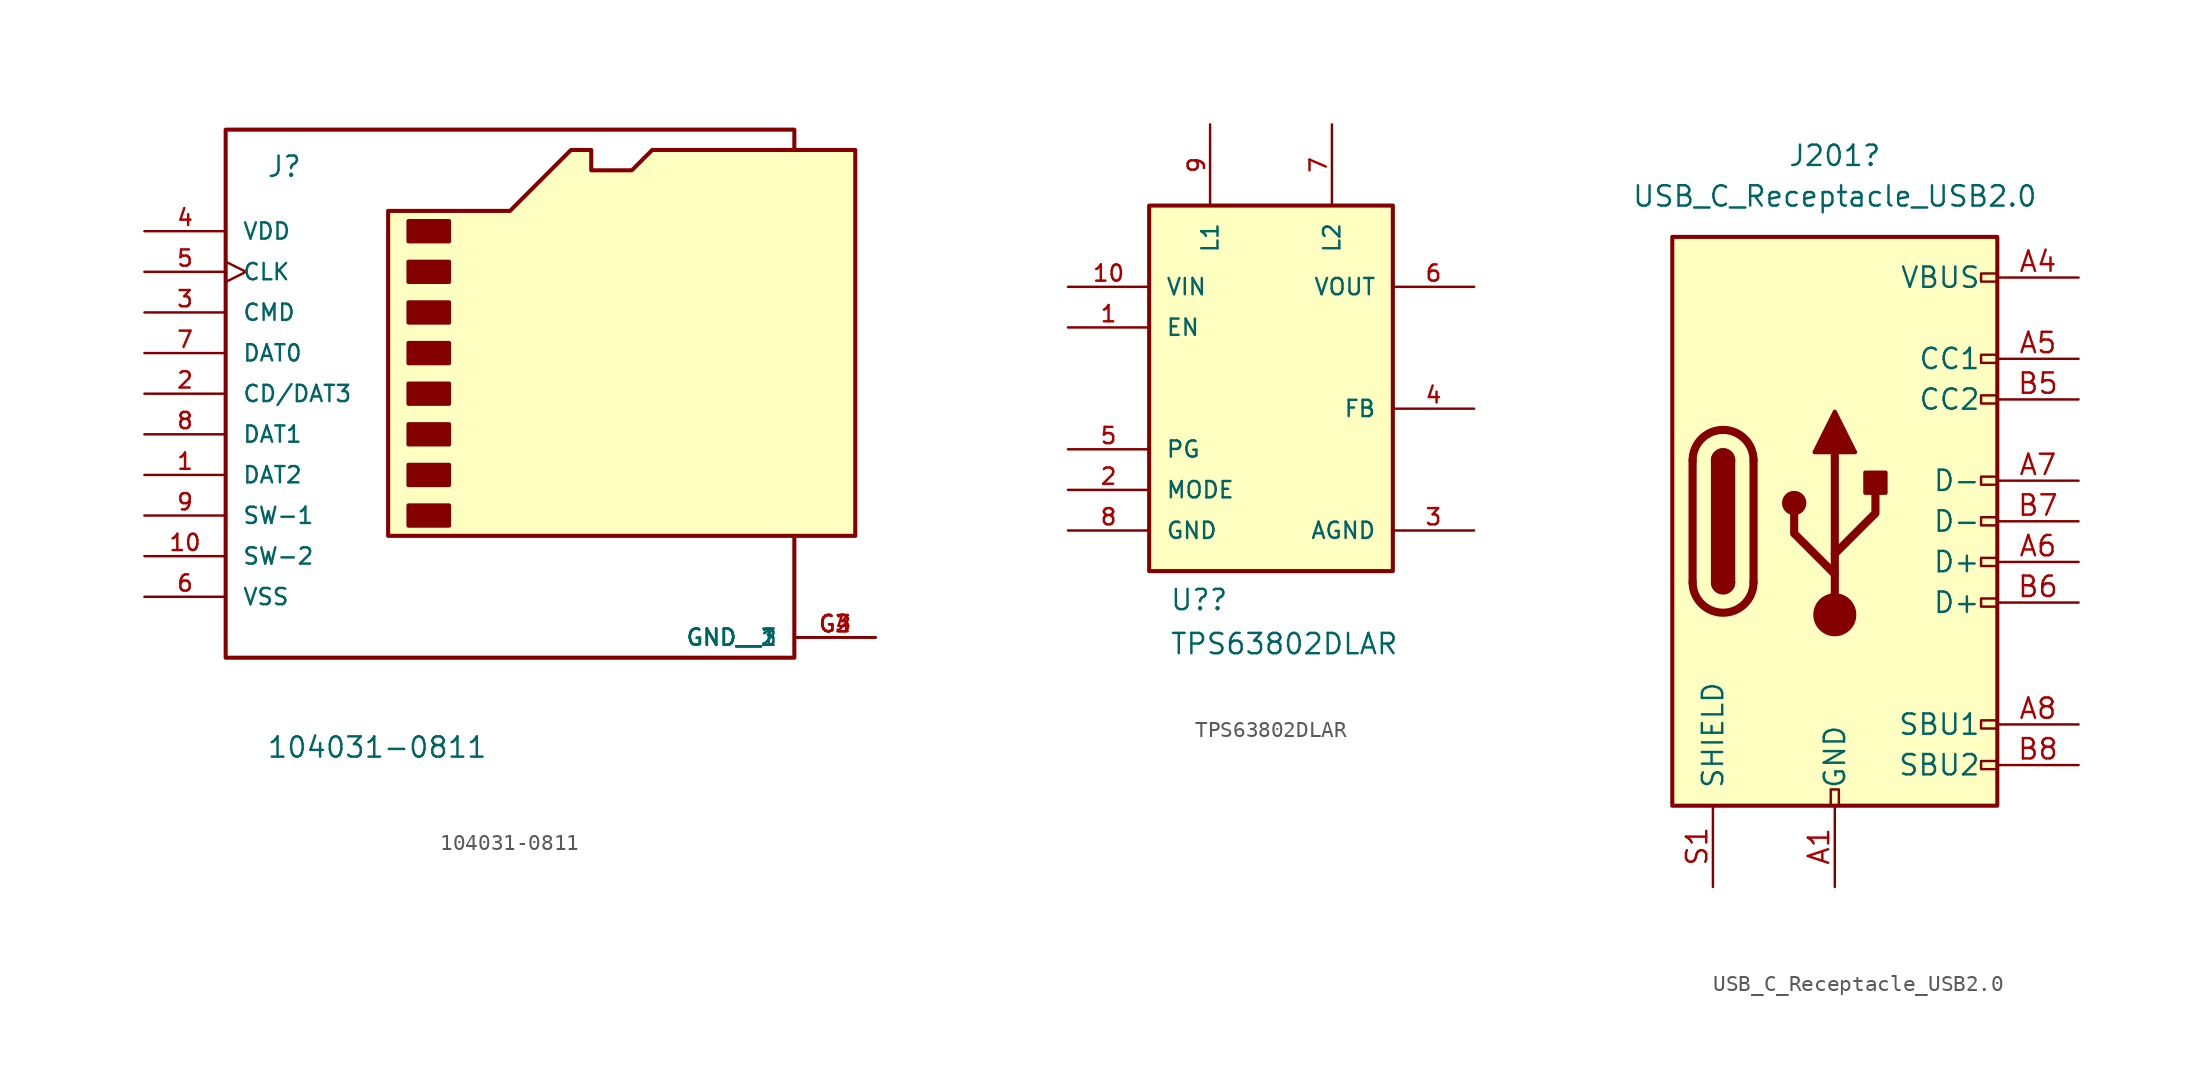
<source format=kicad_sym>
(kicad_symbol_lib
  (version 20220914)
  (generator kicad_symbol_editor)
  (symbol "104031-0811"
    (pin_names
      (offset 1.016))
    (property "Reference" "J"
      (at -12.7 13.462 0)
      (effects (font (size 1.27 1.27)) (justify left bottom)))
    (property "Value" "104031-0811"
      (at -12.7 -22.86 0)
      (effects (font (size 1.27 1.27)) (justify left bottom)))
    (symbol "104031-0811_0_0"
      (pin passive line (at -20.32 -10.16 0) (length 5.08) (name "SW-2" (effects (font (size 1.016 1.016)))) (number "10" (effects (font (size 1.016 1.016)))))
      (pin passive line (at -20.32 -7.62 0) (length 5.08) (name "SW-1" (effects (font (size 1.016 1.016)))) (number "9" (effects (font (size 1.016 1.016)))))
      (pin power_in line (at 25.4 -15.24 180) (length 5.08) (name "GND__1" (effects (font (size 1.016 1.016)))) (number "G2" (effects (font (size 1.016 1.016)))))
      (pin power_in line (at 25.4 -15.24 180) (length 5.08) (name "GND__2" (effects (font (size 1.016 1.016)))) (number "G3" (effects (font (size 1.016 1.016)))))
      (pin power_in line (at 25.4 -15.24 180) (length 5.08) (name "GND__3" (effects (font (size 1.016 1.016)))) (number "G4" (effects (font (size 1.016 1.016))))))
    (symbol "104031-0811_0_1"
      (rectangle (start -3.81 -6.985) (end -1.27 -8.255) (stroke (width 0.254) (type default)) (fill (type outline)))
      (rectangle (start -3.81 -4.445) (end -1.27 -5.715) (stroke (width 0.254) (type default)) (fill (type outline)))
      (rectangle (start -3.81 -1.905) (end -1.27 -3.175) (stroke (width 0.254) (type default)) (fill (type outline)))
      (rectangle (start -3.81 0.635) (end -1.27 -0.635) (stroke (width 0.254) (type default)) (fill (type outline)))
      (rectangle (start -3.81 3.175) (end -1.27 1.905) (stroke (width 0.254) (type default)) (fill (type outline)))
      (rectangle (start -3.81 5.715) (end -1.27 4.445) (stroke (width 0.254) (type default)) (fill (type outline)))
      (rectangle (start -3.81 8.255) (end -1.27 6.985) (stroke (width 0.254) (type default)) (fill (type outline)))
      (rectangle (start -3.81 10.795) (end -1.27 9.525) (stroke (width 0.254) (type default)) (fill (type outline)))
      (polyline (pts (xy 20.32 15.24) (xy 20.32 16.51) (xy -15.24 16.51) (xy -15.24 -16.51) (xy 20.32 -16.51) (xy 20.32 -8.89)) (stroke (width 0.254) (type default)) (fill (type none)))
      (polyline (pts (xy -5.08 -8.89) (xy -5.08 11.43) (xy 2.54 11.43) (xy 6.35 15.24) (xy 7.62 15.24) (xy 7.62 13.97) (xy 10.16 13.97) (xy 11.43 15.24) (xy 24.13 15.24) (xy 24.13 -8.89) (xy -5.08 -8.89)) (stroke (width 0.254) (type default)) (fill (type background))))
    (symbol "104031-0811_1_0"
      (pin bidirectional line (at -20.32 -5.08 0) (length 5.08) (name "DAT2" (effects (font (size 1.016 1.016)))) (number "1" (effects (font (size 1.016 1.016)))))
      (pin bidirectional line (at -20.32 0 0) (length 5.08) (name "CD/DAT3" (effects (font (size 1.016 1.016)))) (number "2" (effects (font (size 1.016 1.016)))))
      (pin input line (at -20.32 5.08 0) (length 5.08) (name "CMD" (effects (font (size 1.016 1.016)))) (number "3" (effects (font (size 1.016 1.016)))))
      (pin power_in line (at -20.32 10.16 0) (length 5.08) (name "VDD" (effects (font (size 1.016 1.016)))) (number "4" (effects (font (size 1.016 1.016)))))
      (pin input clock (at -20.32 7.62 0) (length 5.08) (name "CLK" (effects (font (size 1.016 1.016)))) (number "5" (effects (font (size 1.016 1.016)))))
      (pin power_in line (at -20.32 -12.7 0) (length 5.08) (name "VSS" (effects (font (size 1.016 1.016)))) (number "6" (effects (font (size 1.016 1.016)))))
      (pin bidirectional line (at -20.32 2.54 0) (length 5.08) (name "DAT0" (effects (font (size 1.016 1.016)))) (number "7" (effects (font (size 1.016 1.016)))))
      (pin bidirectional line (at -20.32 -2.54 0) (length 5.08) (name "DAT1" (effects (font (size 1.016 1.016)))) (number "8" (effects (font (size 1.016 1.016)))))))
  (symbol "TPS63802DLAR"
    (pin_names
      (offset 1.016))
    (property "Reference" "U?"
      (at -8.89 -12.7 0)
      (effects (font (size 1.27 1.27)) (justify left bottom)))
    (property "Value" "TPS63802DLAR"
      (at -8.89 -13.97 0)
      (effects (font (size 1.27 1.27)) (justify left top)))
    (symbol "TPS63802DLAR_0_0"
      (rectangle (start -10.16 12.7) (end 5.08 -10.16) (stroke (width 0.254) (type default)) (fill (type background)))
      (pin input line (at -15.24 5.08 0) (length 5.08) (name "EN" (effects (font (size 1.016 1.016)))) (number "1" (effects (font (size 1.016 1.016)))))
      (pin input line (at -15.24 7.62 0) (length 5.08) (name "VIN" (effects (font (size 1.016 1.016)))) (number "10" (effects (font (size 1.016 1.016)))))
      (pin input line (at -15.24 -5.08 0) (length 5.08) (name "MODE" (effects (font (size 1.016 1.016)))) (number "2" (effects (font (size 1.016 1.016)))))
      (pin power_in line (at 10.16 -7.62 180) (length 5.08) (name "AGND" (effects (font (size 1.016 1.016)))) (number "3" (effects (font (size 1.016 1.016)))))
      (pin input line (at 10.16 0 180) (length 5.08) (name "FB" (effects (font (size 1.016 1.016)))) (number "4" (effects (font (size 1.016 1.016)))))
      (pin output line (at -15.24 -2.54 0) (length 5.08) (name "PG" (effects (font (size 1.016 1.016)))) (number "5" (effects (font (size 1.016 1.016)))))
      (pin output line (at 10.16 7.62 180) (length 5.08) (name "VOUT" (effects (font (size 1.016 1.016)))) (number "6" (effects (font (size 1.016 1.016)))))
      (pin passive line (at 1.27 17.78 270) (length 5.08) (name "L2" (effects (font (size 1.016 1.016)))) (number "7" (effects (font (size 1.016 1.016)))))
      (pin power_in line (at -15.24 -7.62 0) (length 5.08) (name "GND" (effects (font (size 1.016 1.016)))) (number "8" (effects (font (size 1.016 1.016)))))
      (pin passive line (at -6.35 17.78 270) (length 5.08) (name "L1" (effects (font (size 1.016 1.016)))) (number "9" (effects (font (size 1.016 1.016)))))))
  (symbol "USB_C_Receptacle_USB2.0"
    (pin_names
      (offset 1.016))
    (property "Reference" "J201"
      (at 0 22.86 0)
      (effects (font (size 1.27 1.27))))
    (property "Value" "USB_C_Receptacle_USB2.0"
      (at 0 20.32 0)
      (effects (font (size 1.27 1.27))))
    (symbol "USB_C_Receptacle_USB2.0_0_0"
      (rectangle (start -0.254 -17.78) (end 0.254 -16.764) (stroke (width 0) (type default)) (fill (type none)))
      (rectangle (start 10.16 -14.986) (end 9.144 -15.494) (stroke (width 0) (type default)) (fill (type none)))
      (rectangle (start 10.16 -12.446) (end 9.144 -12.954) (stroke (width 0) (type default)) (fill (type none)))
      (rectangle (start 10.16 -4.826) (end 9.144 -5.334) (stroke (width 0) (type default)) (fill (type none)))
      (rectangle (start 10.16 -2.286) (end 9.144 -2.794) (stroke (width 0) (type default)) (fill (type none)))
      (rectangle (start 10.16 0.254) (end 9.144 -0.254) (stroke (width 0) (type default)) (fill (type none)))
      (rectangle (start 10.16 2.794) (end 9.144 2.286) (stroke (width 0) (type default)) (fill (type none)))
      (rectangle (start 10.16 7.874) (end 9.144 7.366) (stroke (width 0) (type default)) (fill (type none)))
      (rectangle (start 10.16 10.414) (end 9.144 9.906) (stroke (width 0) (type default)) (fill (type none)))
      (rectangle (start 10.16 15.494) (end 9.144 14.986) (stroke (width 0) (type default)) (fill (type none))))
    (symbol "USB_C_Receptacle_USB2.0_0_1"
      (rectangle (start -10.16 17.78) (end 10.16 -17.78) (stroke (width 0.254) (type default)) (fill (type background)))
      (arc (start -8.89 -3.81) (mid -6.985 -5.7067) (end -5.08 -3.81) (stroke (width 0.508) (type default)) (fill (type none)))
      (arc (start -7.62 -3.81) (mid -6.985 -4.4423) (end -6.35 -3.81) (stroke (width 0.254) (type default)) (fill (type none)))
      (arc (start -7.62 -3.81) (mid -6.985 -4.4423) (end -6.35 -3.81) (stroke (width 0.254) (type default)) (fill (type outline)))
      (rectangle (start -7.62 -3.81) (end -6.35 3.81) (stroke (width 0.254) (type default)) (fill (type outline)))
      (arc (start -6.35 3.81) (mid -6.985 4.4423) (end -7.62 3.81) (stroke (width 0.254) (type default)) (fill (type none)))
      (arc (start -6.35 3.81) (mid -6.985 4.4423) (end -7.62 3.81) (stroke (width 0.254) (type default)) (fill (type outline)))
      (arc (start -5.08 3.81) (mid -6.985 5.7067) (end -8.89 3.81) (stroke (width 0.508) (type default)) (fill (type none)))
      (circle (center -2.54 1.143) (radius 0.635) (stroke (width 0.254) (type default)) (fill (type outline)))
      (circle (center 0 -5.842) (radius 1.27) (stroke (width 0) (type default)) (fill (type outline)))
      (polyline (pts (xy -8.89 -3.81) (xy -8.89 3.81)) (stroke (width 0.508) (type default)) (fill (type none)))
      (polyline (pts (xy -5.08 3.81) (xy -5.08 -3.81)) (stroke (width 0.508) (type default)) (fill (type none)))
      (polyline (pts (xy 0 -5.842) (xy 0 4.318)) (stroke (width 0.508) (type default)) (fill (type none)))
      (polyline (pts (xy 0 -3.302) (xy -2.54 -0.762) (xy -2.54 0.508)) (stroke (width 0.508) (type default)) (fill (type none)))
      (polyline (pts (xy 0 -2.032) (xy 2.54 0.508) (xy 2.54 1.778)) (stroke (width 0.508) (type default)) (fill (type none)))
      (polyline (pts (xy -1.27 4.318) (xy 0 6.858) (xy 1.27 4.318) (xy -1.27 4.318)) (stroke (width 0.254) (type default)) (fill (type outline)))
      (rectangle (start 1.905 1.778) (end 3.175 3.048) (stroke (width 0.254) (type default)) (fill (type outline))))
    (symbol "USB_C_Receptacle_USB2.0_1_1"
      (pin passive line (at 0 -22.86 90) (length 5.08) (name "GND" (effects (font (size 1.27 1.27)))) (number "A1" (effects (font (size 1.27 1.27)))))
      (pin passive line (at 0 -22.86 90) (length 5.08) hide (name "GND" (effects (font (size 1.27 1.27)))) (number "A12" (effects (font (size 1.27 1.27)))))
      (pin passive line (at 15.24 15.24 180) (length 5.08) (name "VBUS" (effects (font (size 1.27 1.27)))) (number "A4" (effects (font (size 1.27 1.27)))))
      (pin bidirectional line (at 15.24 10.16 180) (length 5.08) (name "CC1" (effects (font (size 1.27 1.27)))) (number "A5" (effects (font (size 1.27 1.27)))))
      (pin bidirectional line (at 15.24 -2.54 180) (length 5.08) (name "D+" (effects (font (size 1.27 1.27)))) (number "A6" (effects (font (size 1.27 1.27)))))
      (pin bidirectional line (at 15.24 2.54 180) (length 5.08) (name "D-" (effects (font (size 1.27 1.27)))) (number "A7" (effects (font (size 1.27 1.27)))))
      (pin bidirectional line (at 15.24 -12.7 180) (length 5.08) (name "SBU1" (effects (font (size 1.27 1.27)))) (number "A8" (effects (font (size 1.27 1.27)))))
      (pin passive line (at 15.24 15.24 180) (length 5.08) hide (name "VBUS" (effects (font (size 1.27 1.27)))) (number "A9" (effects (font (size 1.27 1.27)))))
      (pin passive line (at 0 -22.86 90) (length 5.08) hide (name "GND" (effects (font (size 1.27 1.27)))) (number "B1" (effects (font (size 1.27 1.27)))))
      (pin passive line (at 0 -22.86 90) (length 5.08) hide (name "GND" (effects (font (size 1.27 1.27)))) (number "B12" (effects (font (size 1.27 1.27)))))
      (pin passive line (at 15.24 15.24 180) (length 5.08) hide (name "VBUS" (effects (font (size 1.27 1.27)))) (number "B4" (effects (font (size 1.27 1.27)))))
      (pin bidirectional line (at 15.24 7.62 180) (length 5.08) (name "CC2" (effects (font (size 1.27 1.27)))) (number "B5" (effects (font (size 1.27 1.27)))))
      (pin bidirectional line (at 15.24 -5.08 180) (length 5.08) (name "D+" (effects (font (size 1.27 1.27)))) (number "B6" (effects (font (size 1.27 1.27)))))
      (pin bidirectional line (at 15.24 0 180) (length 5.08) (name "D-" (effects (font (size 1.27 1.27)))) (number "B7" (effects (font (size 1.27 1.27)))))
      (pin bidirectional line (at 15.24 -15.24 180) (length 5.08) (name "SBU2" (effects (font (size 1.27 1.27)))) (number "B8" (effects (font (size 1.27 1.27)))))
      (pin passive line (at 15.24 15.24 180) (length 5.08) hide (name "VBUS" (effects (font (size 1.27 1.27)))) (number "B9" (effects (font (size 1.27 1.27)))))
      (pin passive line (at -7.62 -22.86 90) (length 5.08) (name "SHIELD" (effects (font (size 1.27 1.27)))) (number "S1" (effects (font (size 1.27 1.27))))))))
</source>
